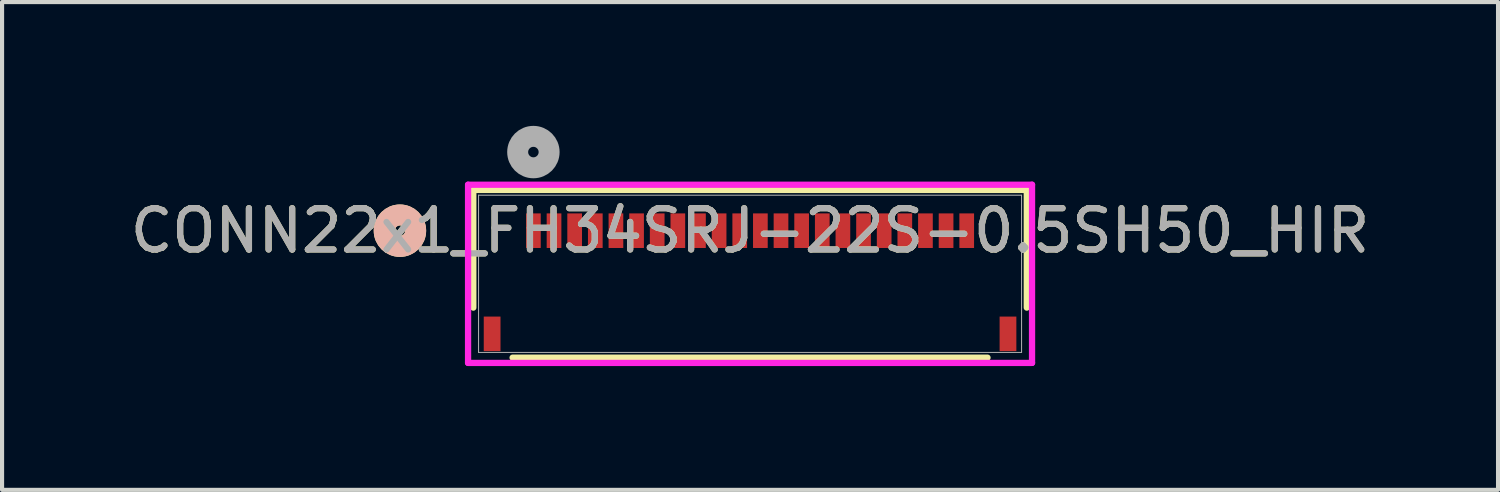
<source format=kicad_pcb>
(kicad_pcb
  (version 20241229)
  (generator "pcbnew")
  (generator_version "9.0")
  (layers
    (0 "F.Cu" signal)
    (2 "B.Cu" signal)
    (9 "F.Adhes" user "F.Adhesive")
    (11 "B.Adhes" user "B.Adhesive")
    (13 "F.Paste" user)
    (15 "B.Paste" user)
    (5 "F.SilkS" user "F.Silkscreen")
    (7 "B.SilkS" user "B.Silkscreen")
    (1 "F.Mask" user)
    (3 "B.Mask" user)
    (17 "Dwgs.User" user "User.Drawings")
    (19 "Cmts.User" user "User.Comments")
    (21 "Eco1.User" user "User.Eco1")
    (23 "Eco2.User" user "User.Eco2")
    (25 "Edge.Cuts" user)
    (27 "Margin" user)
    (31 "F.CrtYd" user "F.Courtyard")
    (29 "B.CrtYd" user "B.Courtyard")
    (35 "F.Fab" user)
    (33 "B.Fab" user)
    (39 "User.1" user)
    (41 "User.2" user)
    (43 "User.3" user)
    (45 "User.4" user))
  (footprint "CONN22x1_FH34SRJ-22S-0.5SH50_HIR"
    (layer "F.Cu")
    (at 15.125 3.585)
    (property "Reference" "CONN22x1_FH34SRJ-22S-0.5SH50_HIR" (at 0 -1.045 0) (unlocked yes) (layer "F.SilkS") (effects (font (size 1 1) (thickness 0.15))))
    (attr smd)
    (fp_line (start -6.706 -2.032) (end -6.706 0.819) (stroke (width 0.152) (type solid)) (layer "F.SilkS"))
    (fp_line (start -5.754 2.032) (end 5.754 2.032) (stroke (width 0.152) (type solid)) (layer "F.SilkS"))
    (fp_line (start 6.706 -2.032) (end -6.706 -2.032) (stroke (width 0.152) (type solid)) (layer "F.SilkS"))
    (fp_line (start 6.706 0.819) (end 6.706 -2.032) (stroke (width 0.152) (type solid)) (layer "F.SilkS"))
    (fp_circle (center -8.484 -1.045) (end -8.103 -1.045) (stroke (width 0.508) (type solid)) (fill no) (layer "F.SilkS"))
    (fp_circle (center -8.484 -1.045) (end -8.103 -1.045) (stroke (width 0.508) (type solid)) (fill no) (layer "B.SilkS"))
    (fp_line (start -6.833 -2.159) (end -6.833 2.159) (stroke (width 0.152) (type solid)) (layer "F.CrtYd"))
    (fp_line (start -6.833 2.159) (end 6.833 2.159) (stroke (width 0.152) (type solid)) (layer "F.CrtYd"))
    (fp_line (start 6.833 -2.159) (end -6.833 -2.159) (stroke (width 0.152) (type solid)) (layer "F.CrtYd"))
    (fp_line (start 6.833 2.159) (end 6.833 -2.159) (stroke (width 0.152) (type solid)) (layer "F.CrtYd"))
    (fp_line (start -6.579 -1.905) (end -6.579 1.905) (stroke (width 0.025) (type solid)) (layer "F.Fab"))
    (fp_line (start -6.579 1.905) (end 6.579 1.905) (stroke (width 0.025) (type solid)) (layer "F.Fab"))
    (fp_line (start 6.579 -1.905) (end -6.579 -1.905) (stroke (width 0.025) (type solid)) (layer "F.Fab"))
    (fp_line (start 6.579 1.905) (end 6.579 -1.905) (stroke (width 0.025) (type solid)) (layer "F.Fab"))
    (fp_circle (center -5.25 -2.95) (end -4.869 -2.95) (stroke (width 0.508) (type solid)) (fill no) (layer "F.Fab"))
    (fp_text user "${REFERENCE}" (at 0 -1.045 0) (unlocked yes) (layer "F.Fab") (effects (font (size 1 1) (thickness 0.15))))
    (pad "1" smd rect (at -5.25 -1.045) (size 0.356 0.838) (layers "F.Cu" "F.Mask" "F.Paste"))
    (pad "2" smd rect (at -4.75 -1.045) (size 0.356 0.838) (layers "F.Cu" "F.Mask" "F.Paste"))
    (pad "3" smd rect (at -4.25 -1.045) (size 0.356 0.838) (layers "F.Cu" "F.Mask" "F.Paste"))
    (pad "4" smd rect (at -3.75 -1.045) (size 0.356 0.838) (layers "F.Cu" "F.Mask" "F.Paste"))
    (pad "5" smd rect (at -3.25 -1.045) (size 0.356 0.838) (layers "F.Cu" "F.Mask" "F.Paste"))
    (pad "6" smd rect (at -2.75 -1.045) (size 0.356 0.838) (layers "F.Cu" "F.Mask" "F.Paste"))
    (pad "7" smd rect (at -2.25 -1.045) (size 0.356 0.838) (layers "F.Cu" "F.Mask" "F.Paste"))
    (pad "8" smd rect (at -1.75 -1.045) (size 0.356 0.838) (layers "F.Cu" "F.Mask" "F.Paste"))
    (pad "9" smd rect (at -1.25 -1.045) (size 0.356 0.838) (layers "F.Cu" "F.Mask" "F.Paste"))
    (pad "10" smd rect (at -0.75 -1.045) (size 0.356 0.838) (layers "F.Cu" "F.Mask" "F.Paste"))
    (pad "11" smd rect (at -0.25 -1.045) (size 0.356 0.838) (layers "F.Cu" "F.Mask" "F.Paste"))
    (pad "12" smd rect (at 0.25 -1.045) (size 0.356 0.838) (layers "F.Cu" "F.Mask" "F.Paste"))
    (pad "13" smd rect (at 0.75 -1.045) (size 0.356 0.838) (layers "F.Cu" "F.Mask" "F.Paste"))
    (pad "14" smd rect (at 1.25 -1.045) (size 0.356 0.838) (layers "F.Cu" "F.Mask" "F.Paste"))
    (pad "15" smd rect (at 1.75 -1.045) (size 0.356 0.838) (layers "F.Cu" "F.Mask" "F.Paste"))
    (pad "16" smd rect (at 2.25 -1.045) (size 0.356 0.838) (layers "F.Cu" "F.Mask" "F.Paste"))
    (pad "17" smd rect (at 2.75 -1.045) (size 0.356 0.838) (layers "F.Cu" "F.Mask" "F.Paste"))
    (pad "18" smd rect (at 3.25 -1.045) (size 0.356 0.838) (layers "F.Cu" "F.Mask" "F.Paste"))
    (pad "19" smd rect (at 3.75 -1.045) (size 0.356 0.838) (layers "F.Cu" "F.Mask" "F.Paste"))
    (pad "20" smd rect (at 4.25 -1.045) (size 0.356 0.838) (layers "F.Cu" "F.Mask" "F.Paste"))
    (pad "21" smd rect (at 4.75 -1.045) (size 0.356 0.838) (layers "F.Cu" "F.Mask" "F.Paste"))
    (pad "22" smd rect (at 5.25 -1.045) (size 0.356 0.838) (layers "F.Cu" "F.Mask" "F.Paste"))
    (pad "23" smd rect (at -6.25 1.455) (size 0.406 0.838) (layers "F.Cu" "F.Mask" "F.Paste"))
    (pad "24" smd rect (at 6.25 1.455) (size 0.406 0.838) (layers "F.Cu" "F.Mask" "F.Paste")))
  (gr_rect
    (start -3 -3)
    (end 33.25 8.82)
    (stroke (width 0.1) (type default))
    (fill no)
    (layer "Edge.Cuts")))
</source>
